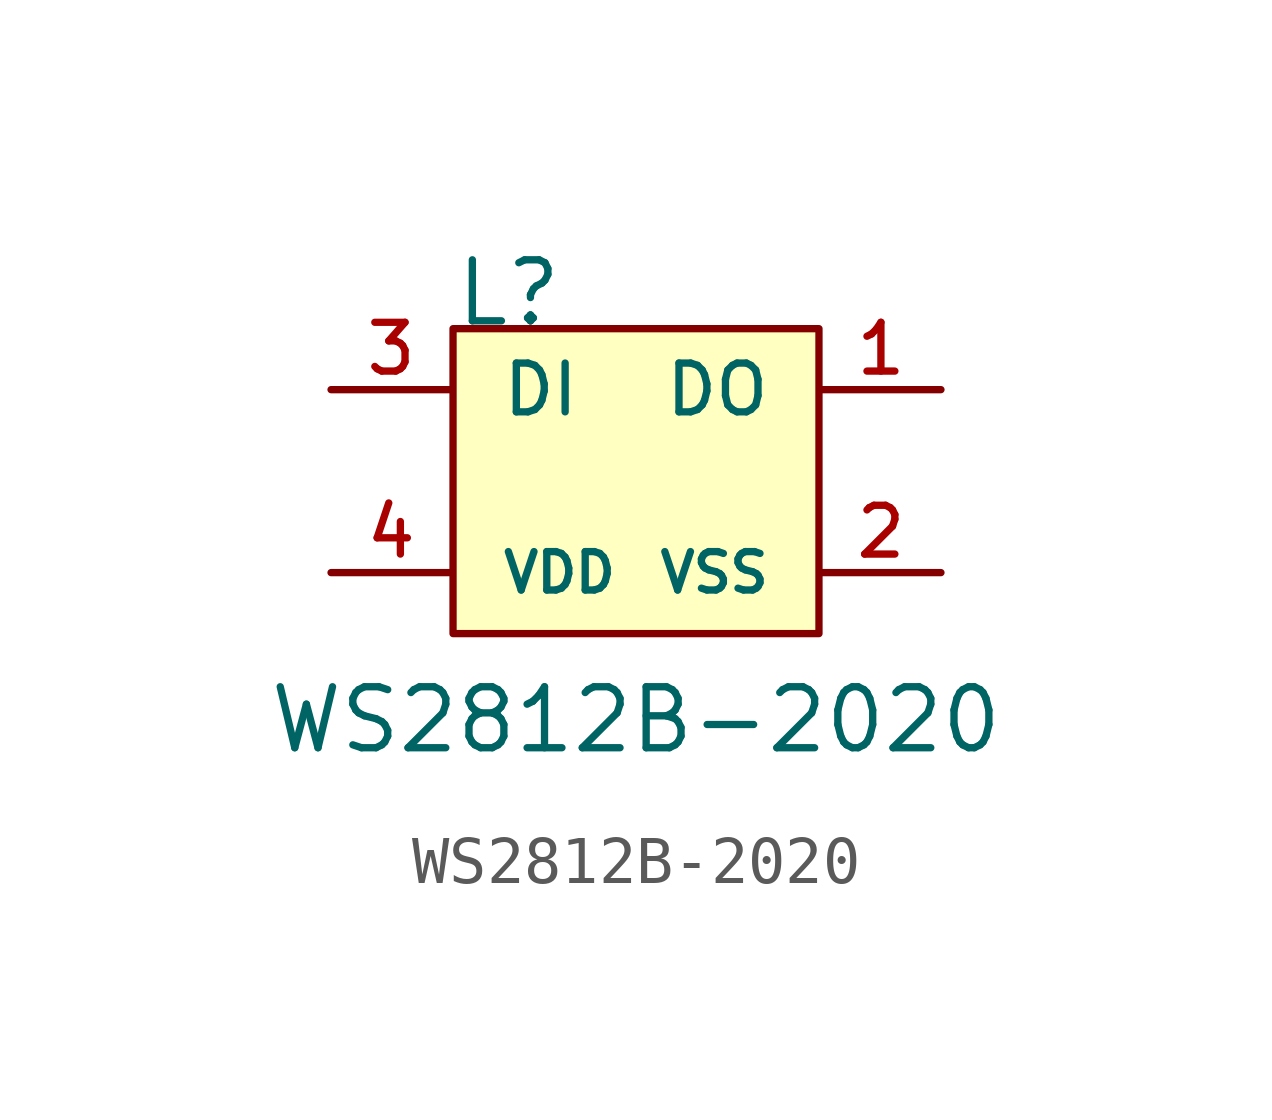
<source format=kicad_sym>
(kicad_symbol_lib
  (version 20211014)
  (generator kicad_symbol_editor)
  (symbol "WS2812B-2020"
    (pin_names
      (offset 1.016))
    (property "Reference" "L"
      (at -7.62 2.54 0)
      (effects (font (size 1.27 1.27)) (justify left bottom)))
    (property "Value" "WS2812B-2020"
      (at -3.81 -6.35 0)
      (effects (font (size 1.27 1.27)) (justify bottom)))
    (symbol "WS2812B-2020_0_0"
      (rectangle (start -7.62 2.54) (end 0 -3.81) (stroke (width 0.152) (type default) (color 0 0 0 0)) (fill (type background)))
      (pin output line (at 2.54 1.27 180) (length 2.5) (name "DO" (effects (font (size 1.016 1.016)))) (number "1" (effects (font (size 1.016 1.016)))))
      (pin bidirectional line (at 2.54 -2.54 180) (length 2.5) (name "VSS" (effects (font (size 0.8 0.8)))) (number "2" (effects (font (size 1.016 1.016)))))
      (pin input line (at -10.16 1.27 0) (length 2.5) (name "DI" (effects (font (size 1.016 1.016)))) (number "3" (effects (font (size 1.016 1.016)))))
      (pin power_in line (at -10.16 -2.54 0) (length 2.5) (name "VDD" (effects (font (size 0.8 0.8)))) (number "4" (effects (font (size 1.016 1.016))))))))
</source>
